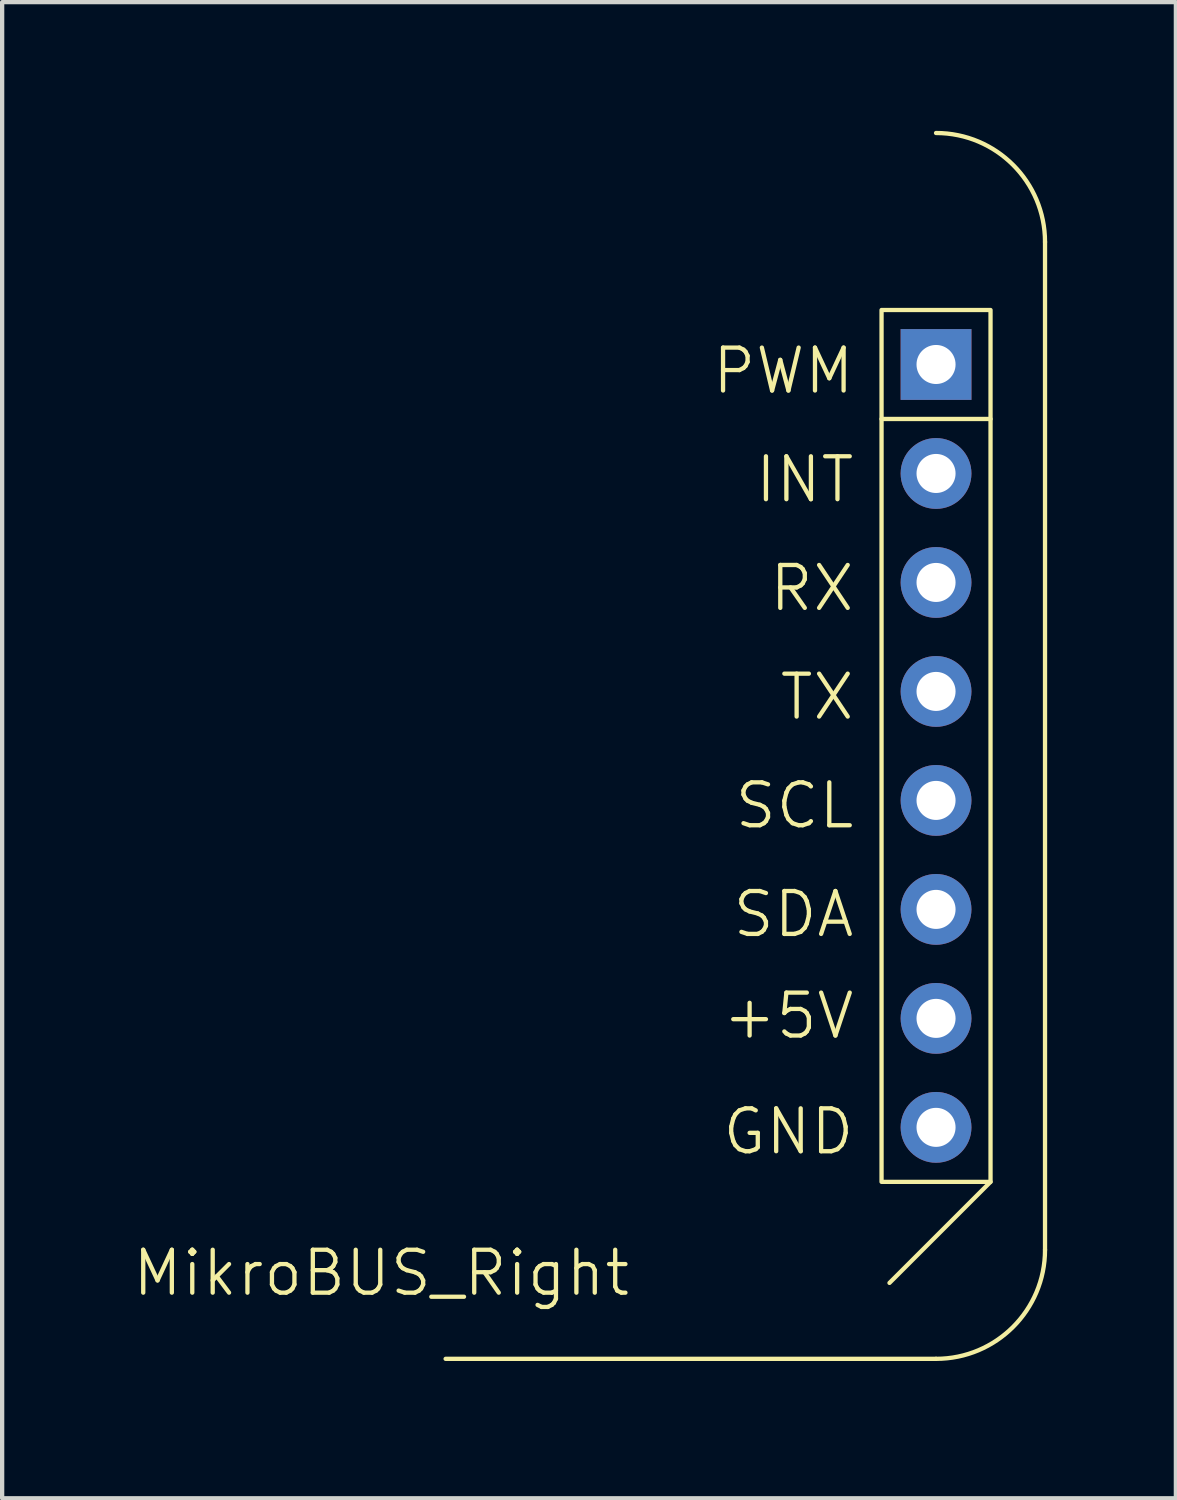
<source format=kicad_pcb>
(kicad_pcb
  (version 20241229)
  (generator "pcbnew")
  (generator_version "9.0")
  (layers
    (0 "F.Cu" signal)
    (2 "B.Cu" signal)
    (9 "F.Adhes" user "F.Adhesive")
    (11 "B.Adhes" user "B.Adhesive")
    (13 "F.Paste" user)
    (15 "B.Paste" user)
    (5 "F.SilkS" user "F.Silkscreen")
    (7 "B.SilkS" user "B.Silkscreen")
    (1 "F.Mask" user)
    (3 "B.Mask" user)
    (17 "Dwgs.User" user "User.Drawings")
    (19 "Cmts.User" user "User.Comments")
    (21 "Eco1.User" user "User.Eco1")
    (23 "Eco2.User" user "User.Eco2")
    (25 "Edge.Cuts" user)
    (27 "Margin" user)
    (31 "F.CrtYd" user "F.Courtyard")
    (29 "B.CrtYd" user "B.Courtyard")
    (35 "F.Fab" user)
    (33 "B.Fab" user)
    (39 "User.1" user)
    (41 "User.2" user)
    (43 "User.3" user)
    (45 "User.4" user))
  (footprint "MikroBUS_Right"
    (layer "F.Cu")
    (at 7.336 28.62)
    (property "Reference" "MikroBUS_Right" (at -1.5 -2 0) (unlocked yes) (layer "F.SilkS") (effects (font (size 1 1) (thickness 0.1))))
    (attr smd)
    (fp_line (start 0 0) (end 11.43 0) (stroke (width 0.1) (type solid)) (layer "F.SilkS"))
    (fp_line (start 10.16 -21.905) (end 12.7 -21.905) (stroke (width 0.1) (type default)) (layer "F.SilkS"))
    (fp_line (start 12.7 -4.125) (end 10.345 -1.77) (stroke (width 0.1) (type solid)) (layer "F.SilkS"))
    (fp_line (start 13.97 -2.54) (end 13.97 -26.03) (stroke (width 0.1) (type default)) (layer "F.SilkS"))
    (fp_rect (start 10.16 -24.445) (end 12.7 -4.125) (stroke (width 0.1) (type solid)) (fill no) (layer "F.SilkS"))
    (fp_arc (start 11.43 -28.57) (mid 13.226051 -27.826051) (end 13.97 -26.03) (stroke (width 0.1) (type default)) (layer "F.SilkS"))
    (fp_arc (start 13.97 -2.54) (mid 13.226051 -0.743949) (end 11.43 0) (stroke (width 0.1) (type default)) (layer "F.SilkS"))
    (fp_text user "GND" (at 6.4 -4.711 0) (unlocked yes) (layer "F.SilkS") (effects (font (size 1 1) (thickness 0.1)) (justify left bottom)))
    (fp_text user "PWM" (at 6.162 -22.441 0) (unlocked yes) (layer "F.SilkS") (effects (font (size 1 1) (thickness 0.1)) (justify left bottom)))
    (fp_text user "TX" (at 7.734 -14.842 0) (unlocked yes) (layer "F.SilkS") (effects (font (size 1 1) (thickness 0.1)) (justify left bottom)))
    (fp_text user "INT" (at 7.162 -19.908 0) (unlocked yes) (layer "F.SilkS") (effects (font (size 1 1) (thickness 0.1)) (justify left bottom)))
    (fp_text user "RX" (at 7.496 -17.375 0) (unlocked yes) (layer "F.SilkS") (effects (font (size 1 1) (thickness 0.1)) (justify left bottom)))
    (fp_text user "+5V" (at 6.4 -7.408 0) (unlocked yes) (layer "F.SilkS") (effects (font (size 1 1) (thickness 0.1)) (justify left bottom)))
    (fp_text user "SDA" (at 6.638 -9.776 0) (unlocked yes) (layer "F.SilkS") (effects (font (size 1 1) (thickness 0.1)) (justify left bottom)))
    (fp_text user "SCL" (at 6.686 -12.309 0) (unlocked yes) (layer "F.SilkS") (effects (font (size 1 1) (thickness 0.1)) (justify left bottom)))
    (pad "9" thru_hole circle (at 11.43 -5.395) (size 1.65 1.65) (drill 0.91) (layers "*.Cu" "*.Mask"))
    (pad "10" thru_hole circle (at 11.43 -7.935) (size 1.65 1.65) (drill 0.91) (layers "*.Cu" "*.Mask"))
    (pad "11" thru_hole circle (at 11.43 -10.475) (size 1.65 1.65) (drill 0.91) (layers "*.Cu" "*.Mask"))
    (pad "12" thru_hole circle (at 11.43 -13.015) (size 1.65 1.65) (drill 0.91) (layers "*.Cu" "*.Mask"))
    (pad "13" thru_hole circle (at 11.43 -15.555) (size 1.65 1.65) (drill 0.91) (layers "*.Cu" "*.Mask"))
    (pad "14" thru_hole circle (at 11.43 -18.095) (size 1.65 1.65) (drill 0.91) (layers "*.Cu" "*.Mask"))
    (pad "15" thru_hole circle (at 11.43 -20.635) (size 1.65 1.65) (drill 0.91) (layers "*.Cu" "*.Mask"))
    (pad "16" thru_hole rect (at 11.43 -23.175) (size 1.65 1.65) (drill 0.91) (layers "*.Cu" "*.Mask")))
  (gr_rect
    (start -3 -3)
    (end 24.356 31.87)
    (stroke (width 0.1) (type default))
    (fill no)
    (layer "Edge.Cuts")))
</source>
